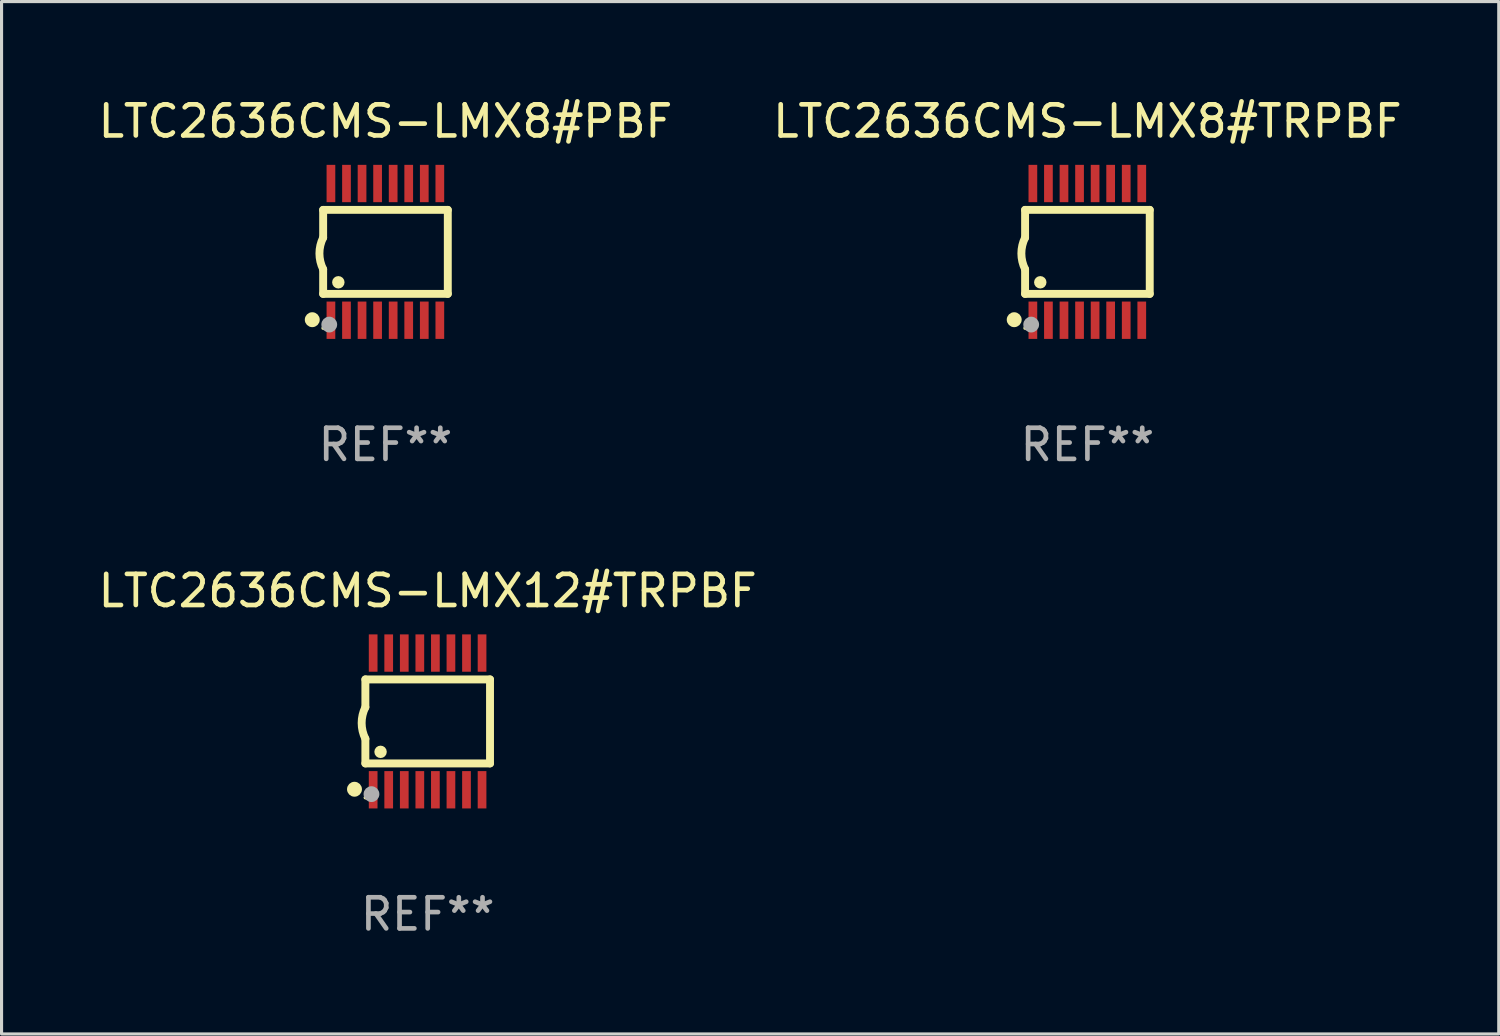
<source format=kicad_pcb>
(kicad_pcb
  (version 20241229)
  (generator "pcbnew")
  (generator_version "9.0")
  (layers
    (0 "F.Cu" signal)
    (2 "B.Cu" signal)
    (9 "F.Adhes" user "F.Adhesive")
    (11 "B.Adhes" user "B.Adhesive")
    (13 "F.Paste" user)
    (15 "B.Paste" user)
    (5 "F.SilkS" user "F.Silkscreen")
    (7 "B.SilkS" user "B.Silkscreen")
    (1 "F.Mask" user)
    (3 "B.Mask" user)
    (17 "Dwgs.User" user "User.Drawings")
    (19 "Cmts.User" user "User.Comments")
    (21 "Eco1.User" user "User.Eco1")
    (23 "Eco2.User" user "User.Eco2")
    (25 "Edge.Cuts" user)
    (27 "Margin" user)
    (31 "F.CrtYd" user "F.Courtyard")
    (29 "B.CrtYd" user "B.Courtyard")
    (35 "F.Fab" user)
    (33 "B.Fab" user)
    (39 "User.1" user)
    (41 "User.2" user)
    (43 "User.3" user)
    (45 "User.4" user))
  (footprint "LTC2636CMS-LMX8#TRPBF"
    (layer "F.Cu")
    (at 31.899 5.045)
    (property "Reference" "LTC2636CMS-LMX8#TRPBF" (at 0 -4.197 0) (layer "F.SilkS") (effects (font (size 1 1) (thickness 0.15))))
    (attr through_hole)
    (fp_line (start -2.003 -1.35) (end -2.003 -0.457) (stroke (width 0.254) (type solid)) (layer "F.SilkS"))
    (fp_line (start -2.003 -1.35) (end 2.003 -1.35) (stroke (width 0.254) (type solid)) (layer "F.SilkS"))
    (fp_line (start -2.003 1.35) (end -2.003 0.559) (stroke (width 0.254) (type solid)) (layer "F.SilkS"))
    (fp_line (start -2.003 1.35) (end 2.003 1.35) (stroke (width 0.254) (type solid)) (layer "F.SilkS"))
    (fp_line (start 2.003 -1.35) (end 2.003 1.35) (stroke (width 0.254) (type solid)) (layer "F.SilkS"))
    (fp_arc (start -2.002286 0.558802) (mid -2.122556 0.05092) (end -2.003302 -0.457201) (stroke (width 0.254001) (type solid)) (layer "F.SilkS"))
    (fp_circle (center -2.353 2.18) (end -2.233 2.18) (stroke (width 0.24) (type solid)) (fill no) (layer "F.SilkS"))
    (fp_circle (center -2.003 2.45) (end -1.973 2.45) (stroke (width 0.06) (type solid)) (fill no) (layer "F.SilkS"))
    (fp_circle (center -1.515 0.978) (end -1.415 0.978) (stroke (width 0.2) (type solid)) (fill no) (layer "F.SilkS"))
    (fp_circle (center -1.807 2.337) (end -1.68 2.337) (stroke (width 0.254) (type solid)) (fill no) (layer "F.Fab"))
    (fp_text user "REF**" (at 0 6.197 0) (layer "F.Fab") (effects (font (size 1 1) (thickness 0.15))))
    (pad "1" smd rect (at -1.753 2.197 90) (size 1.2 0.28) (layers "F.Cu" "F.Mask" "F.Paste"))
    (pad "2" smd rect (at -1.253 2.197 90) (size 1.2 0.28) (layers "F.Cu" "F.Mask" "F.Paste"))
    (pad "3" smd rect (at -0.753 2.197 90) (size 1.2 0.28) (layers "F.Cu" "F.Mask" "F.Paste"))
    (pad "4" smd rect (at -0.253 2.197 90) (size 1.2 0.28) (layers "F.Cu" "F.Mask" "F.Paste"))
    (pad "5" smd rect (at 0.247 2.197 90) (size 1.2 0.28) (layers "F.Cu" "F.Mask" "F.Paste"))
    (pad "6" smd rect (at 0.747 2.197 90) (size 1.2 0.28) (layers "F.Cu" "F.Mask" "F.Paste"))
    (pad "7" smd rect (at 1.247 2.197 90) (size 1.2 0.28) (layers "F.Cu" "F.Mask" "F.Paste"))
    (pad "8" smd rect (at 1.747 2.197 90) (size 1.2 0.28) (layers "F.Cu" "F.Mask" "F.Paste"))
    (pad "9" smd rect (at 1.747 -2.197 90) (size 1.2 0.28) (layers "F.Cu" "F.Mask" "F.Paste"))
    (pad "10" smd rect (at 1.247 -2.197 90) (size 1.2 0.28) (layers "F.Cu" "F.Mask" "F.Paste"))
    (pad "11" smd rect (at 0.747 -2.197 90) (size 1.2 0.28) (layers "F.Cu" "F.Mask" "F.Paste"))
    (pad "12" smd rect (at 0.247 -2.197 90) (size 1.2 0.28) (layers "F.Cu" "F.Mask" "F.Paste"))
    (pad "13" smd rect (at -0.253 -2.197 90) (size 1.2 0.28) (layers "F.Cu" "F.Mask" "F.Paste"))
    (pad "14" smd rect (at -0.753 -2.197 90) (size 1.2 0.28) (layers "F.Cu" "F.Mask" "F.Paste"))
    (pad "15" smd rect (at -1.253 -2.197 90) (size 1.2 0.28) (layers "F.Cu" "F.Mask" "F.Paste"))
    (pad "16" smd rect (at -1.753 -2.197 90) (size 1.2 0.28) (layers "F.Cu" "F.Mask" "F.Paste")))
  (footprint "LTC2636CMS-LMX8#PBF"
    (layer "F.Cu")
    (at 9.339 5.045)
    (property "Reference" "LTC2636CMS-LMX8#PBF" (at 0 -4.197 0) (layer "F.SilkS") (effects (font (size 1 1) (thickness 0.15))))
    (attr through_hole)
    (fp_line (start -2.003 -1.35) (end -2.003 -0.457) (stroke (width 0.254) (type solid)) (layer "F.SilkS"))
    (fp_line (start -2.003 -1.35) (end 2.003 -1.35) (stroke (width 0.254) (type solid)) (layer "F.SilkS"))
    (fp_line (start -2.003 1.35) (end -2.003 0.559) (stroke (width 0.254) (type solid)) (layer "F.SilkS"))
    (fp_line (start -2.003 1.35) (end 2.003 1.35) (stroke (width 0.254) (type solid)) (layer "F.SilkS"))
    (fp_line (start 2.003 -1.35) (end 2.003 1.35) (stroke (width 0.254) (type solid)) (layer "F.SilkS"))
    (fp_arc (start -2.002286 0.558802) (mid -2.122556 0.05092) (end -2.003302 -0.457201) (stroke (width 0.254001) (type solid)) (layer "F.SilkS"))
    (fp_circle (center -2.353 2.18) (end -2.233 2.18) (stroke (width 0.24) (type solid)) (fill no) (layer "F.SilkS"))
    (fp_circle (center -2.003 2.45) (end -1.973 2.45) (stroke (width 0.06) (type solid)) (fill no) (layer "F.SilkS"))
    (fp_circle (center -1.515 0.978) (end -1.415 0.978) (stroke (width 0.2) (type solid)) (fill no) (layer "F.SilkS"))
    (fp_circle (center -1.807 2.337) (end -1.68 2.337) (stroke (width 0.254) (type solid)) (fill no) (layer "F.Fab"))
    (fp_text user "REF**" (at 0 6.197 0) (layer "F.Fab") (effects (font (size 1 1) (thickness 0.15))))
    (pad "1" smd rect (at -1.753 2.197 90) (size 1.2 0.28) (layers "F.Cu" "F.Mask" "F.Paste"))
    (pad "2" smd rect (at -1.253 2.197 90) (size 1.2 0.28) (layers "F.Cu" "F.Mask" "F.Paste"))
    (pad "3" smd rect (at -0.753 2.197 90) (size 1.2 0.28) (layers "F.Cu" "F.Mask" "F.Paste"))
    (pad "4" smd rect (at -0.253 2.197 90) (size 1.2 0.28) (layers "F.Cu" "F.Mask" "F.Paste"))
    (pad "5" smd rect (at 0.247 2.197 90) (size 1.2 0.28) (layers "F.Cu" "F.Mask" "F.Paste"))
    (pad "6" smd rect (at 0.747 2.197 90) (size 1.2 0.28) (layers "F.Cu" "F.Mask" "F.Paste"))
    (pad "7" smd rect (at 1.247 2.197 90) (size 1.2 0.28) (layers "F.Cu" "F.Mask" "F.Paste"))
    (pad "8" smd rect (at 1.747 2.197 90) (size 1.2 0.28) (layers "F.Cu" "F.Mask" "F.Paste"))
    (pad "9" smd rect (at 1.747 -2.197 90) (size 1.2 0.28) (layers "F.Cu" "F.Mask" "F.Paste"))
    (pad "10" smd rect (at 1.247 -2.197 90) (size 1.2 0.28) (layers "F.Cu" "F.Mask" "F.Paste"))
    (pad "11" smd rect (at 0.747 -2.197 90) (size 1.2 0.28) (layers "F.Cu" "F.Mask" "F.Paste"))
    (pad "12" smd rect (at 0.247 -2.197 90) (size 1.2 0.28) (layers "F.Cu" "F.Mask" "F.Paste"))
    (pad "13" smd rect (at -0.253 -2.197 90) (size 1.2 0.28) (layers "F.Cu" "F.Mask" "F.Paste"))
    (pad "14" smd rect (at -0.753 -2.197 90) (size 1.2 0.28) (layers "F.Cu" "F.Mask" "F.Paste"))
    (pad "15" smd rect (at -1.253 -2.197 90) (size 1.2 0.28) (layers "F.Cu" "F.Mask" "F.Paste"))
    (pad "16" smd rect (at -1.753 -2.197 90) (size 1.2 0.28) (layers "F.Cu" "F.Mask" "F.Paste")))
  (footprint "LTC2636CMS-LMX12#TRPBF"
    (layer "F.Cu")
    (at 10.696 20.136)
    (property "Reference" "LTC2636CMS-LMX12#TRPBF" (at 0 -4.197 0) (layer "F.SilkS") (effects (font (size 1 1) (thickness 0.15))))
    (attr through_hole)
    (fp_line (start -2.003 -1.35) (end -2.003 -0.457) (stroke (width 0.254) (type solid)) (layer "F.SilkS"))
    (fp_line (start -2.003 -1.35) (end 2.003 -1.35) (stroke (width 0.254) (type solid)) (layer "F.SilkS"))
    (fp_line (start -2.003 1.35) (end -2.003 0.559) (stroke (width 0.254) (type solid)) (layer "F.SilkS"))
    (fp_line (start -2.003 1.35) (end 2.003 1.35) (stroke (width 0.254) (type solid)) (layer "F.SilkS"))
    (fp_line (start 2.003 -1.35) (end 2.003 1.35) (stroke (width 0.254) (type solid)) (layer "F.SilkS"))
    (fp_arc (start -2.002286 0.558802) (mid -2.122556 0.05092) (end -2.003302 -0.457201) (stroke (width 0.254001) (type solid)) (layer "F.SilkS"))
    (fp_circle (center -2.353 2.18) (end -2.233 2.18) (stroke (width 0.24) (type solid)) (fill no) (layer "F.SilkS"))
    (fp_circle (center -2.003 2.45) (end -1.973 2.45) (stroke (width 0.06) (type solid)) (fill no) (layer "F.SilkS"))
    (fp_circle (center -1.515 0.978) (end -1.415 0.978) (stroke (width 0.2) (type solid)) (fill no) (layer "F.SilkS"))
    (fp_circle (center -1.807 2.337) (end -1.68 2.337) (stroke (width 0.254) (type solid)) (fill no) (layer "F.Fab"))
    (fp_text user "REF**" (at 0 6.197 0) (layer "F.Fab") (effects (font (size 1 1) (thickness 0.15))))
    (pad "1" smd rect (at -1.753 2.197 90) (size 1.2 0.28) (layers "F.Cu" "F.Mask" "F.Paste"))
    (pad "2" smd rect (at -1.253 2.197 90) (size 1.2 0.28) (layers "F.Cu" "F.Mask" "F.Paste"))
    (pad "3" smd rect (at -0.753 2.197 90) (size 1.2 0.28) (layers "F.Cu" "F.Mask" "F.Paste"))
    (pad "4" smd rect (at -0.253 2.197 90) (size 1.2 0.28) (layers "F.Cu" "F.Mask" "F.Paste"))
    (pad "5" smd rect (at 0.247 2.197 90) (size 1.2 0.28) (layers "F.Cu" "F.Mask" "F.Paste"))
    (pad "6" smd rect (at 0.747 2.197 90) (size 1.2 0.28) (layers "F.Cu" "F.Mask" "F.Paste"))
    (pad "7" smd rect (at 1.247 2.197 90) (size 1.2 0.28) (layers "F.Cu" "F.Mask" "F.Paste"))
    (pad "8" smd rect (at 1.747 2.197 90) (size 1.2 0.28) (layers "F.Cu" "F.Mask" "F.Paste"))
    (pad "9" smd rect (at 1.747 -2.197 90) (size 1.2 0.28) (layers "F.Cu" "F.Mask" "F.Paste"))
    (pad "10" smd rect (at 1.247 -2.197 90) (size 1.2 0.28) (layers "F.Cu" "F.Mask" "F.Paste"))
    (pad "11" smd rect (at 0.747 -2.197 90) (size 1.2 0.28) (layers "F.Cu" "F.Mask" "F.Paste"))
    (pad "12" smd rect (at 0.247 -2.197 90) (size 1.2 0.28) (layers "F.Cu" "F.Mask" "F.Paste"))
    (pad "13" smd rect (at -0.253 -2.197 90) (size 1.2 0.28) (layers "F.Cu" "F.Mask" "F.Paste"))
    (pad "14" smd rect (at -0.753 -2.197 90) (size 1.2 0.28) (layers "F.Cu" "F.Mask" "F.Paste"))
    (pad "15" smd rect (at -1.253 -2.197 90) (size 1.2 0.28) (layers "F.Cu" "F.Mask" "F.Paste"))
    (pad "16" smd rect (at -1.753 -2.197 90) (size 1.2 0.28) (layers "F.Cu" "F.Mask" "F.Paste")))
  (gr_rect
    (start -3 -3)
    (end 45.119 30.181)
    (stroke (width 0.1) (type default))
    (fill no)
    (layer "Edge.Cuts")))
</source>
